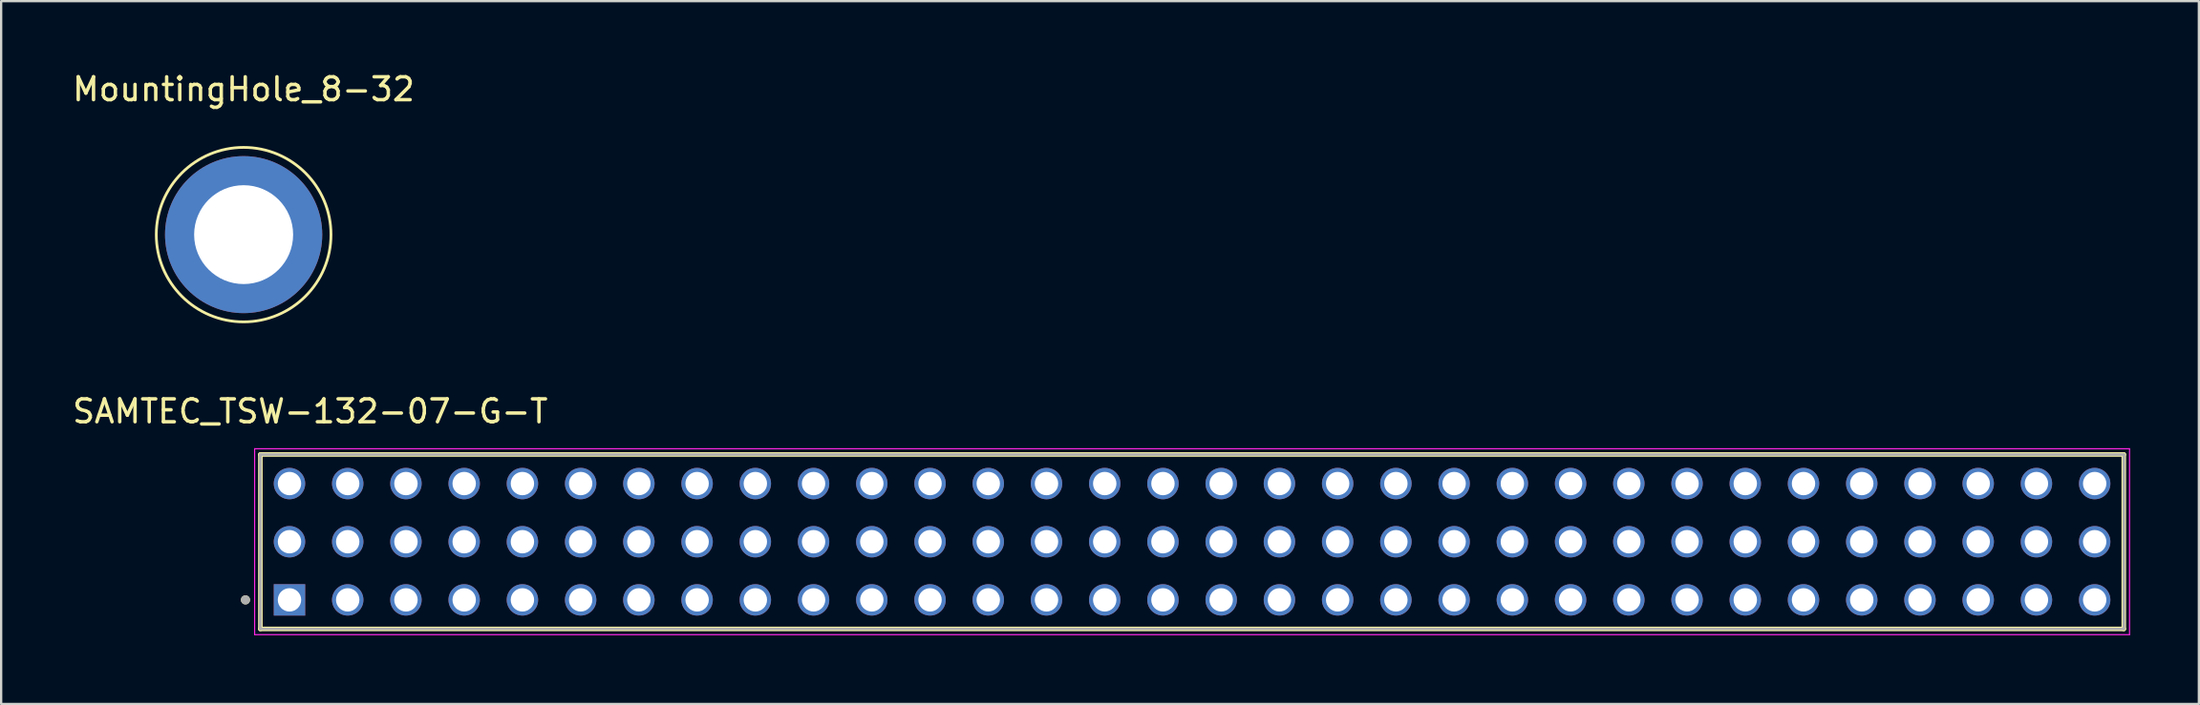
<source format=kicad_pcb>
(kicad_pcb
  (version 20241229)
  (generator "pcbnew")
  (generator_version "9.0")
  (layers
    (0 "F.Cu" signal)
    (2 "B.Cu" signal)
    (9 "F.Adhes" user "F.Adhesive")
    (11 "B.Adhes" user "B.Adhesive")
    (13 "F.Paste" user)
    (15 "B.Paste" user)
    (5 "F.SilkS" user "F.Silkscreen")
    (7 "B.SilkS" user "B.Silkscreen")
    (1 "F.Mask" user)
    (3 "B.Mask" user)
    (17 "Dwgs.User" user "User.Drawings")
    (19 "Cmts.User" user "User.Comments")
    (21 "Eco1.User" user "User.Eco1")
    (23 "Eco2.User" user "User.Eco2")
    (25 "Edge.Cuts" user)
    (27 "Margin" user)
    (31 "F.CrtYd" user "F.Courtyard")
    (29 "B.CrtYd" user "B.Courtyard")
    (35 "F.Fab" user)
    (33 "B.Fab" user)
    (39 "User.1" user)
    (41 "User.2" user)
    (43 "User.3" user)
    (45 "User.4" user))
  (footprint "SAMTEC_TSW-132-07-G-T"
    (layer "F.Cu")
    (at 48.947 20.611)
    (property "Reference" "SAMTEC_TSW-132-07-G-T" (at -38.465 -5.695 0) (layer "F.SilkS") (effects (font (size 1 1) (thickness 0.15))))
    (attr through_hole)
    (fp_line (start -40.64 3.81) (end -40.64 -3.81) (stroke (width 0.2) (type solid)) (layer "F.SilkS"))
    (fp_line (start 40.64 -3.81) (end -40.64 -3.81) (stroke (width 0.2) (type solid)) (layer "F.SilkS"))
    (fp_line (start 40.64 -3.81) (end 40.64 3.81) (stroke (width 0.2) (type solid)) (layer "F.SilkS"))
    (fp_line (start 40.64 3.81) (end -40.64 3.81) (stroke (width 0.2) (type solid)) (layer "F.SilkS"))
    (fp_circle (center -41.29 2.54) (end -41.19 2.54) (stroke (width 0.2) (type solid)) (fill no) (layer "F.SilkS"))
    (fp_line (start -40.89 -4.06) (end 40.89 -4.06) (stroke (width 0.05) (type solid)) (layer "F.CrtYd"))
    (fp_line (start -40.89 4.06) (end -40.89 -4.06) (stroke (width 0.05) (type solid)) (layer "F.CrtYd"))
    (fp_line (start 40.89 -4.06) (end 40.89 4.06) (stroke (width 0.05) (type solid)) (layer "F.CrtYd"))
    (fp_line (start 40.89 4.06) (end -40.89 4.06) (stroke (width 0.05) (type solid)) (layer "F.CrtYd"))
    (fp_line (start -40.64 -3.81) (end 40.64 -3.81) (stroke (width 0.1) (type solid)) (layer "F.Fab"))
    (fp_line (start -40.64 -3.81) (end 40.64 -3.81) (stroke (width 0.1) (type solid)) (layer "F.Fab"))
    (fp_line (start -40.64 3.81) (end -40.64 -3.81) (stroke (width 0.1) (type solid)) (layer "F.Fab"))
    (fp_line (start -40.64 3.81) (end -40.64 -3.81) (stroke (width 0.1) (type solid)) (layer "F.Fab"))
    (fp_line (start 40.64 -3.81) (end 40.64 3.81) (stroke (width 0.1) (type solid)) (layer "F.Fab"))
    (fp_line (start 40.64 -3.81) (end 40.64 3.81) (stroke (width 0.1) (type solid)) (layer "F.Fab"))
    (fp_line (start 40.64 3.81) (end -40.64 3.81) (stroke (width 0.1) (type solid)) (layer "F.Fab"))
    (fp_circle (center -41.29 2.54) (end -41.19 2.54) (stroke (width 0.2) (type solid)) (fill no) (layer "F.Fab"))
    (pad "01" thru_hole rect (at -39.37 2.54) (size 1.37 1.37) (drill 1.02) (layers "*.Cu" "*.Mask"))
    (pad "02" thru_hole circle (at -39.37 0) (size 1.37 1.37) (drill 1.02) (layers "*.Cu" "*.Mask"))
    (pad "03" thru_hole circle (at -39.37 -2.54) (size 1.37 1.37) (drill 1.02) (layers "*.Cu" "*.Mask"))
    (pad "04" thru_hole circle (at -36.83 2.54) (size 1.37 1.37) (drill 1.02) (layers "*.Cu" "*.Mask"))
    (pad "05" thru_hole circle (at -36.83 0) (size 1.37 1.37) (drill 1.02) (layers "*.Cu" "*.Mask"))
    (pad "06" thru_hole circle (at -36.83 -2.54) (size 1.37 1.37) (drill 1.02) (layers "*.Cu" "*.Mask"))
    (pad "07" thru_hole circle (at -34.29 2.54) (size 1.37 1.37) (drill 1.02) (layers "*.Cu" "*.Mask"))
    (pad "08" thru_hole circle (at -34.29 0) (size 1.37 1.37) (drill 1.02) (layers "*.Cu" "*.Mask"))
    (pad "09" thru_hole circle (at -34.29 -2.54) (size 1.37 1.37) (drill 1.02) (layers "*.Cu" "*.Mask"))
    (pad "10" thru_hole circle (at -31.75 2.54) (size 1.37 1.37) (drill 1.02) (layers "*.Cu" "*.Mask"))
    (pad "11" thru_hole circle (at -31.75 0) (size 1.37 1.37) (drill 1.02) (layers "*.Cu" "*.Mask"))
    (pad "12" thru_hole circle (at -31.75 -2.54) (size 1.37 1.37) (drill 1.02) (layers "*.Cu" "*.Mask"))
    (pad "13" thru_hole circle (at -29.21 2.54) (size 1.37 1.37) (drill 1.02) (layers "*.Cu" "*.Mask"))
    (pad "14" thru_hole circle (at -29.21 0) (size 1.37 1.37) (drill 1.02) (layers "*.Cu" "*.Mask"))
    (pad "15" thru_hole circle (at -29.21 -2.54) (size 1.37 1.37) (drill 1.02) (layers "*.Cu" "*.Mask"))
    (pad "16" thru_hole circle (at -26.67 2.54) (size 1.37 1.37) (drill 1.02) (layers "*.Cu" "*.Mask"))
    (pad "17" thru_hole circle (at -26.67 0) (size 1.37 1.37) (drill 1.02) (layers "*.Cu" "*.Mask"))
    (pad "18" thru_hole circle (at -26.67 -2.54) (size 1.37 1.37) (drill 1.02) (layers "*.Cu" "*.Mask"))
    (pad "19" thru_hole circle (at -24.13 2.54) (size 1.37 1.37) (drill 1.02) (layers "*.Cu" "*.Mask"))
    (pad "20" thru_hole circle (at -24.13 0) (size 1.37 1.37) (drill 1.02) (layers "*.Cu" "*.Mask"))
    (pad "21" thru_hole circle (at -24.13 -2.54) (size 1.37 1.37) (drill 1.02) (layers "*.Cu" "*.Mask"))
    (pad "22" thru_hole circle (at -21.59 2.54) (size 1.37 1.37) (drill 1.02) (layers "*.Cu" "*.Mask"))
    (pad "23" thru_hole circle (at -21.59 0) (size 1.37 1.37) (drill 1.02) (layers "*.Cu" "*.Mask"))
    (pad "24" thru_hole circle (at -21.59 -2.54) (size 1.37 1.37) (drill 1.02) (layers "*.Cu" "*.Mask"))
    (pad "25" thru_hole circle (at -19.05 2.54) (size 1.37 1.37) (drill 1.02) (layers "*.Cu" "*.Mask"))
    (pad "26" thru_hole circle (at -19.05 0) (size 1.37 1.37) (drill 1.02) (layers "*.Cu" "*.Mask"))
    (pad "27" thru_hole circle (at -19.05 -2.54) (size 1.37 1.37) (drill 1.02) (layers "*.Cu" "*.Mask"))
    (pad "28" thru_hole circle (at -16.51 2.54) (size 1.37 1.37) (drill 1.02) (layers "*.Cu" "*.Mask"))
    (pad "29" thru_hole circle (at -16.51 0) (size 1.37 1.37) (drill 1.02) (layers "*.Cu" "*.Mask"))
    (pad "30" thru_hole circle (at -16.51 -2.54) (size 1.37 1.37) (drill 1.02) (layers "*.Cu" "*.Mask"))
    (pad "31" thru_hole circle (at -13.97 2.54) (size 1.37 1.37) (drill 1.02) (layers "*.Cu" "*.Mask"))
    (pad "32" thru_hole circle (at -13.97 0) (size 1.37 1.37) (drill 1.02) (layers "*.Cu" "*.Mask"))
    (pad "33" thru_hole circle (at -13.97 -2.54) (size 1.37 1.37) (drill 1.02) (layers "*.Cu" "*.Mask"))
    (pad "34" thru_hole circle (at -11.43 2.54) (size 1.37 1.37) (drill 1.02) (layers "*.Cu" "*.Mask"))
    (pad "35" thru_hole circle (at -11.43 0) (size 1.37 1.37) (drill 1.02) (layers "*.Cu" "*.Mask"))
    (pad "36" thru_hole circle (at -11.43 -2.54) (size 1.37 1.37) (drill 1.02) (layers "*.Cu" "*.Mask"))
    (pad "37" thru_hole circle (at -8.89 2.54) (size 1.37 1.37) (drill 1.02) (layers "*.Cu" "*.Mask"))
    (pad "38" thru_hole circle (at -8.89 0) (size 1.37 1.37) (drill 1.02) (layers "*.Cu" "*.Mask"))
    (pad "39" thru_hole circle (at -8.89 -2.54) (size 1.37 1.37) (drill 1.02) (layers "*.Cu" "*.Mask"))
    (pad "40" thru_hole circle (at -6.35 2.54) (size 1.37 1.37) (drill 1.02) (layers "*.Cu" "*.Mask"))
    (pad "41" thru_hole circle (at -6.35 0) (size 1.37 1.37) (drill 1.02) (layers "*.Cu" "*.Mask"))
    (pad "42" thru_hole circle (at -6.35 -2.54) (size 1.37 1.37) (drill 1.02) (layers "*.Cu" "*.Mask"))
    (pad "43" thru_hole circle (at -3.81 2.54) (size 1.37 1.37) (drill 1.02) (layers "*.Cu" "*.Mask"))
    (pad "44" thru_hole circle (at -3.81 0) (size 1.37 1.37) (drill 1.02) (layers "*.Cu" "*.Mask"))
    (pad "45" thru_hole circle (at -3.81 -2.54) (size 1.37 1.37) (drill 1.02) (layers "*.Cu" "*.Mask"))
    (pad "46" thru_hole circle (at -1.27 2.54) (size 1.37 1.37) (drill 1.02) (layers "*.Cu" "*.Mask"))
    (pad "47" thru_hole circle (at -1.27 0) (size 1.37 1.37) (drill 1.02) (layers "*.Cu" "*.Mask"))
    (pad "48" thru_hole circle (at -1.27 -2.54) (size 1.37 1.37) (drill 1.02) (layers "*.Cu" "*.Mask"))
    (pad "49" thru_hole circle (at 1.27 2.54) (size 1.37 1.37) (drill 1.02) (layers "*.Cu" "*.Mask"))
    (pad "50" thru_hole circle (at 1.27 0) (size 1.37 1.37) (drill 1.02) (layers "*.Cu" "*.Mask"))
    (pad "51" thru_hole circle (at 1.27 -2.54) (size 1.37 1.37) (drill 1.02) (layers "*.Cu" "*.Mask"))
    (pad "52" thru_hole circle (at 3.81 2.54) (size 1.37 1.37) (drill 1.02) (layers "*.Cu" "*.Mask"))
    (pad "53" thru_hole circle (at 3.81 0) (size 1.37 1.37) (drill 1.02) (layers "*.Cu" "*.Mask"))
    (pad "54" thru_hole circle (at 3.81 -2.54) (size 1.37 1.37) (drill 1.02) (layers "*.Cu" "*.Mask"))
    (pad "55" thru_hole circle (at 6.35 2.54) (size 1.37 1.37) (drill 1.02) (layers "*.Cu" "*.Mask"))
    (pad "56" thru_hole circle (at 6.35 0) (size 1.37 1.37) (drill 1.02) (layers "*.Cu" "*.Mask"))
    (pad "57" thru_hole circle (at 6.35 -2.54) (size 1.37 1.37) (drill 1.02) (layers "*.Cu" "*.Mask"))
    (pad "58" thru_hole circle (at 8.89 2.54) (size 1.37 1.37) (drill 1.02) (layers "*.Cu" "*.Mask"))
    (pad "59" thru_hole circle (at 8.89 0) (size 1.37 1.37) (drill 1.02) (layers "*.Cu" "*.Mask"))
    (pad "60" thru_hole circle (at 8.89 -2.54) (size 1.37 1.37) (drill 1.02) (layers "*.Cu" "*.Mask"))
    (pad "61" thru_hole circle (at 11.43 2.54) (size 1.37 1.37) (drill 1.02) (layers "*.Cu" "*.Mask"))
    (pad "62" thru_hole circle (at 11.43 0) (size 1.37 1.37) (drill 1.02) (layers "*.Cu" "*.Mask"))
    (pad "63" thru_hole circle (at 11.43 -2.54) (size 1.37 1.37) (drill 1.02) (layers "*.Cu" "*.Mask"))
    (pad "64" thru_hole circle (at 13.97 2.54) (size 1.37 1.37) (drill 1.02) (layers "*.Cu" "*.Mask"))
    (pad "65" thru_hole circle (at 13.97 0) (size 1.37 1.37) (drill 1.02) (layers "*.Cu" "*.Mask"))
    (pad "66" thru_hole circle (at 13.97 -2.54) (size 1.37 1.37) (drill 1.02) (layers "*.Cu" "*.Mask"))
    (pad "67" thru_hole circle (at 16.51 2.54) (size 1.37 1.37) (drill 1.02) (layers "*.Cu" "*.Mask"))
    (pad "68" thru_hole circle (at 16.51 0) (size 1.37 1.37) (drill 1.02) (layers "*.Cu" "*.Mask"))
    (pad "69" thru_hole circle (at 16.51 -2.54) (size 1.37 1.37) (drill 1.02) (layers "*.Cu" "*.Mask"))
    (pad "70" thru_hole circle (at 19.05 2.54) (size 1.37 1.37) (drill 1.02) (layers "*.Cu" "*.Mask"))
    (pad "71" thru_hole circle (at 19.05 0) (size 1.37 1.37) (drill 1.02) (layers "*.Cu" "*.Mask"))
    (pad "72" thru_hole circle (at 19.05 -2.54) (size 1.37 1.37) (drill 1.02) (layers "*.Cu" "*.Mask"))
    (pad "73" thru_hole circle (at 21.59 2.54) (size 1.37 1.37) (drill 1.02) (layers "*.Cu" "*.Mask"))
    (pad "74" thru_hole circle (at 21.59 0) (size 1.37 1.37) (drill 1.02) (layers "*.Cu" "*.Mask"))
    (pad "75" thru_hole circle (at 21.59 -2.54) (size 1.37 1.37) (drill 1.02) (layers "*.Cu" "*.Mask"))
    (pad "76" thru_hole circle (at 24.13 2.54) (size 1.37 1.37) (drill 1.02) (layers "*.Cu" "*.Mask"))
    (pad "77" thru_hole circle (at 24.13 0) (size 1.37 1.37) (drill 1.02) (layers "*.Cu" "*.Mask"))
    (pad "78" thru_hole circle (at 24.13 -2.54) (size 1.37 1.37) (drill 1.02) (layers "*.Cu" "*.Mask"))
    (pad "79" thru_hole circle (at 26.67 2.54) (size 1.37 1.37) (drill 1.02) (layers "*.Cu" "*.Mask"))
    (pad "80" thru_hole circle (at 26.67 0) (size 1.37 1.37) (drill 1.02) (layers "*.Cu" "*.Mask"))
    (pad "81" thru_hole circle (at 26.67 -2.54) (size 1.37 1.37) (drill 1.02) (layers "*.Cu" "*.Mask"))
    (pad "82" thru_hole circle (at 29.21 2.54) (size 1.37 1.37) (drill 1.02) (layers "*.Cu" "*.Mask"))
    (pad "83" thru_hole circle (at 29.21 0) (size 1.37 1.37) (drill 1.02) (layers "*.Cu" "*.Mask"))
    (pad "84" thru_hole circle (at 29.21 -2.54) (size 1.37 1.37) (drill 1.02) (layers "*.Cu" "*.Mask"))
    (pad "85" thru_hole circle (at 31.75 2.54) (size 1.37 1.37) (drill 1.02) (layers "*.Cu" "*.Mask"))
    (pad "86" thru_hole circle (at 31.75 0) (size 1.37 1.37) (drill 1.02) (layers "*.Cu" "*.Mask"))
    (pad "87" thru_hole circle (at 31.75 -2.54) (size 1.37 1.37) (drill 1.02) (layers "*.Cu" "*.Mask"))
    (pad "88" thru_hole circle (at 34.29 2.54) (size 1.37 1.37) (drill 1.02) (layers "*.Cu" "*.Mask"))
    (pad "89" thru_hole circle (at 34.29 0) (size 1.37 1.37) (drill 1.02) (layers "*.Cu" "*.Mask"))
    (pad "90" thru_hole circle (at 34.29 -2.54) (size 1.37 1.37) (drill 1.02) (layers "*.Cu" "*.Mask"))
    (pad "91" thru_hole circle (at 36.83 2.54) (size 1.37 1.37) (drill 1.02) (layers "*.Cu" "*.Mask"))
    (pad "92" thru_hole circle (at 36.83 0) (size 1.37 1.37) (drill 1.02) (layers "*.Cu" "*.Mask"))
    (pad "93" thru_hole circle (at 36.83 -2.54) (size 1.37 1.37) (drill 1.02) (layers "*.Cu" "*.Mask"))
    (pad "94" thru_hole circle (at 39.37 2.54) (size 1.37 1.37) (drill 1.02) (layers "*.Cu" "*.Mask"))
    (pad "95" thru_hole circle (at 39.37 0) (size 1.37 1.37) (drill 1.02) (layers "*.Cu" "*.Mask"))
    (pad "96" thru_hole circle (at 39.37 -2.54) (size 1.37 1.37) (drill 1.02) (layers "*.Cu" "*.Mask")))
  (footprint "MountingHole_8-32"
    (layer "F.Cu")
    (at 7.577 7.198)
    (property "Reference" "MountingHole_8-32" (at 0 -6.35 0) (layer "F.SilkS") (effects (font (size 1 1) (thickness 0.15))))
    (attr through_hole board_only exclude_from_pos_files exclude_from_bom)
    (fp_circle (center 0 0) (end 3.81 0) (stroke (width 0.12) (type solid)) (fill no) (layer "F.SilkS"))
    (pad "1" thru_hole circle (at 0 0) (size 6.858 6.858) (drill 4.318) (layers "*.Cu" "*.Mask")))
  (gr_rect
    (start -3 -3)
    (end 92.862 27.697)
    (stroke (width 0.1) (type default))
    (fill no)
    (layer "Edge.Cuts")))
</source>
